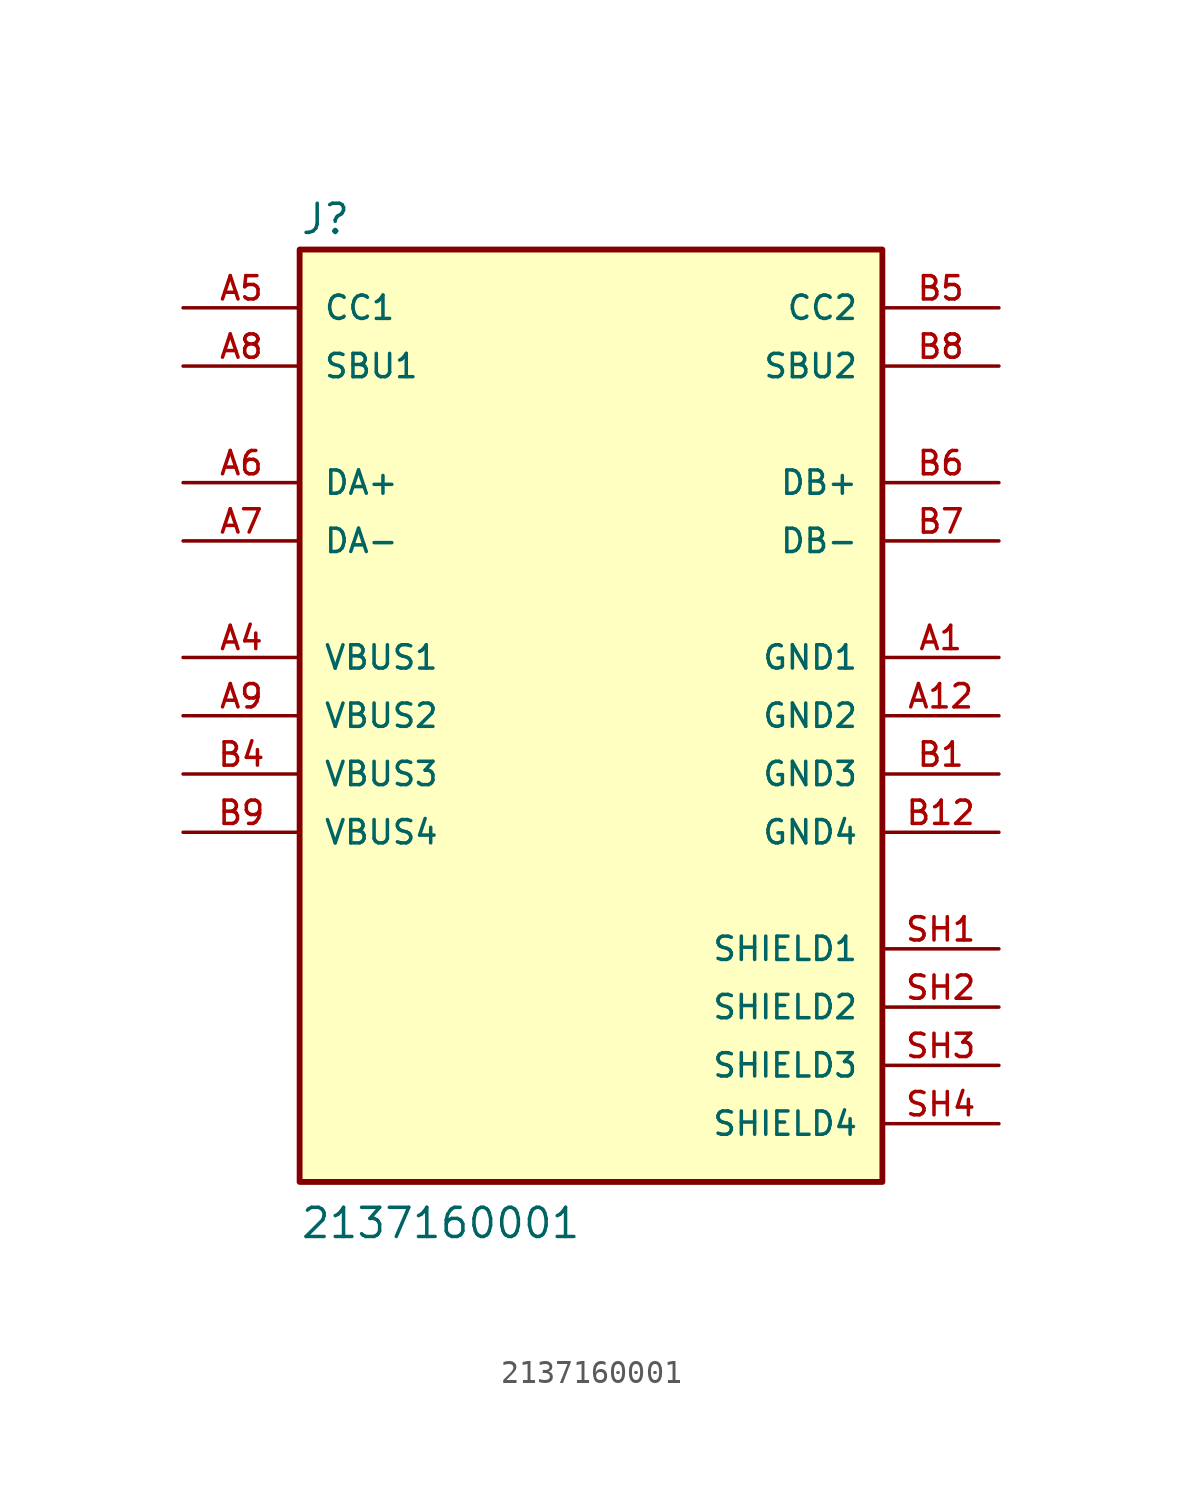
<source format=kicad_sym>
(kicad_symbol_lib
  (version 20211014)
  (generator kicad_symbol_editor)
  (symbol "2137160001"
    (pin_names
      (offset 1.016))
    (property "Reference" "J"
      (at -12.7 20.904 0)
      (effects (font (size 1.27 1.27)) (justify bottom left)))
    (property "Value" "2137160001"
      (at -12.7 -22.86 0)
      (effects (font (size 1.27 1.27)) (justify bottom left)))
    (symbol "2137160001_0_0"
      (rectangle (start -12.7 -20.32) (end 12.7 20.32) (stroke (width 0.254)) (fill (type background)))
      (pin power_in line (at 17.78 2.54 180.0) (length 5.08) (name "GND1" (effects (font (size 1.016 1.016)))) (number "A1" (effects (font (size 1.016 1.016)))))
      (pin power_in line (at -17.78 2.54 0) (length 5.08) (name "VBUS1" (effects (font (size 1.016 1.016)))) (number "A4" (effects (font (size 1.016 1.016)))))
      (pin bidirectional line (at -17.78 17.78 0) (length 5.08) (name "CC1" (effects (font (size 1.016 1.016)))) (number "A5" (effects (font (size 1.016 1.016)))))
      (pin bidirectional line (at -17.78 10.16 0) (length 5.08) (name "DA+" (effects (font (size 1.016 1.016)))) (number "A6" (effects (font (size 1.016 1.016)))))
      (pin bidirectional line (at -17.78 7.62 0) (length 5.08) (name "DA-" (effects (font (size 1.016 1.016)))) (number "A7" (effects (font (size 1.016 1.016)))))
      (pin bidirectional line (at -17.78 15.24 0) (length 5.08) (name "SBU1" (effects (font (size 1.016 1.016)))) (number "A8" (effects (font (size 1.016 1.016)))))
      (pin power_in line (at 17.78 0.0 180.0) (length 5.08) (name "GND2" (effects (font (size 1.016 1.016)))) (number "A12" (effects (font (size 1.016 1.016)))))
      (pin power_in line (at -17.78 0.0 0) (length 5.08) (name "VBUS2" (effects (font (size 1.016 1.016)))) (number "A9" (effects (font (size 1.016 1.016)))))
      (pin bidirectional line (at 17.78 15.24 180.0) (length 5.08) (name "SBU2" (effects (font (size 1.016 1.016)))) (number "B8" (effects (font (size 1.016 1.016)))))
      (pin bidirectional line (at 17.78 17.78 180.0) (length 5.08) (name "CC2" (effects (font (size 1.016 1.016)))) (number "B5" (effects (font (size 1.016 1.016)))))
      (pin bidirectional line (at 17.78 10.16 180.0) (length 5.08) (name "DB+" (effects (font (size 1.016 1.016)))) (number "B6" (effects (font (size 1.016 1.016)))))
      (pin bidirectional line (at 17.78 7.62 180.0) (length 5.08) (name "DB-" (effects (font (size 1.016 1.016)))) (number "B7" (effects (font (size 1.016 1.016)))))
      (pin passive line (at 17.78 -10.16 180.0) (length 5.08) (name "SHIELD1" (effects (font (size 1.016 1.016)))) (number "SH1" (effects (font (size 1.016 1.016)))))
      (pin passive line (at 17.78 -12.7 180.0) (length 5.08) (name "SHIELD2" (effects (font (size 1.016 1.016)))) (number "SH2" (effects (font (size 1.016 1.016)))))
      (pin passive line (at 17.78 -15.24 180.0) (length 5.08) (name "SHIELD3" (effects (font (size 1.016 1.016)))) (number "SH3" (effects (font (size 1.016 1.016)))))
      (pin passive line (at 17.78 -17.78 180.0) (length 5.08) (name "SHIELD4" (effects (font (size 1.016 1.016)))) (number "SH4" (effects (font (size 1.016 1.016)))))
      (pin power_in line (at 17.78 -2.54 180.0) (length 5.08) (name "GND3" (effects (font (size 1.016 1.016)))) (number "B1" (effects (font (size 1.016 1.016)))))
      (pin power_in line (at -17.78 -2.54 0) (length 5.08) (name "VBUS3" (effects (font (size 1.016 1.016)))) (number "B4" (effects (font (size 1.016 1.016)))))
      (pin power_in line (at 17.78 -5.08 180.0) (length 5.08) (name "GND4" (effects (font (size 1.016 1.016)))) (number "B12" (effects (font (size 1.016 1.016)))))
      (pin power_in line (at -17.78 -5.08 0) (length 5.08) (name "VBUS4" (effects (font (size 1.016 1.016)))) (number "B9" (effects (font (size 1.016 1.016))))))))
</source>
